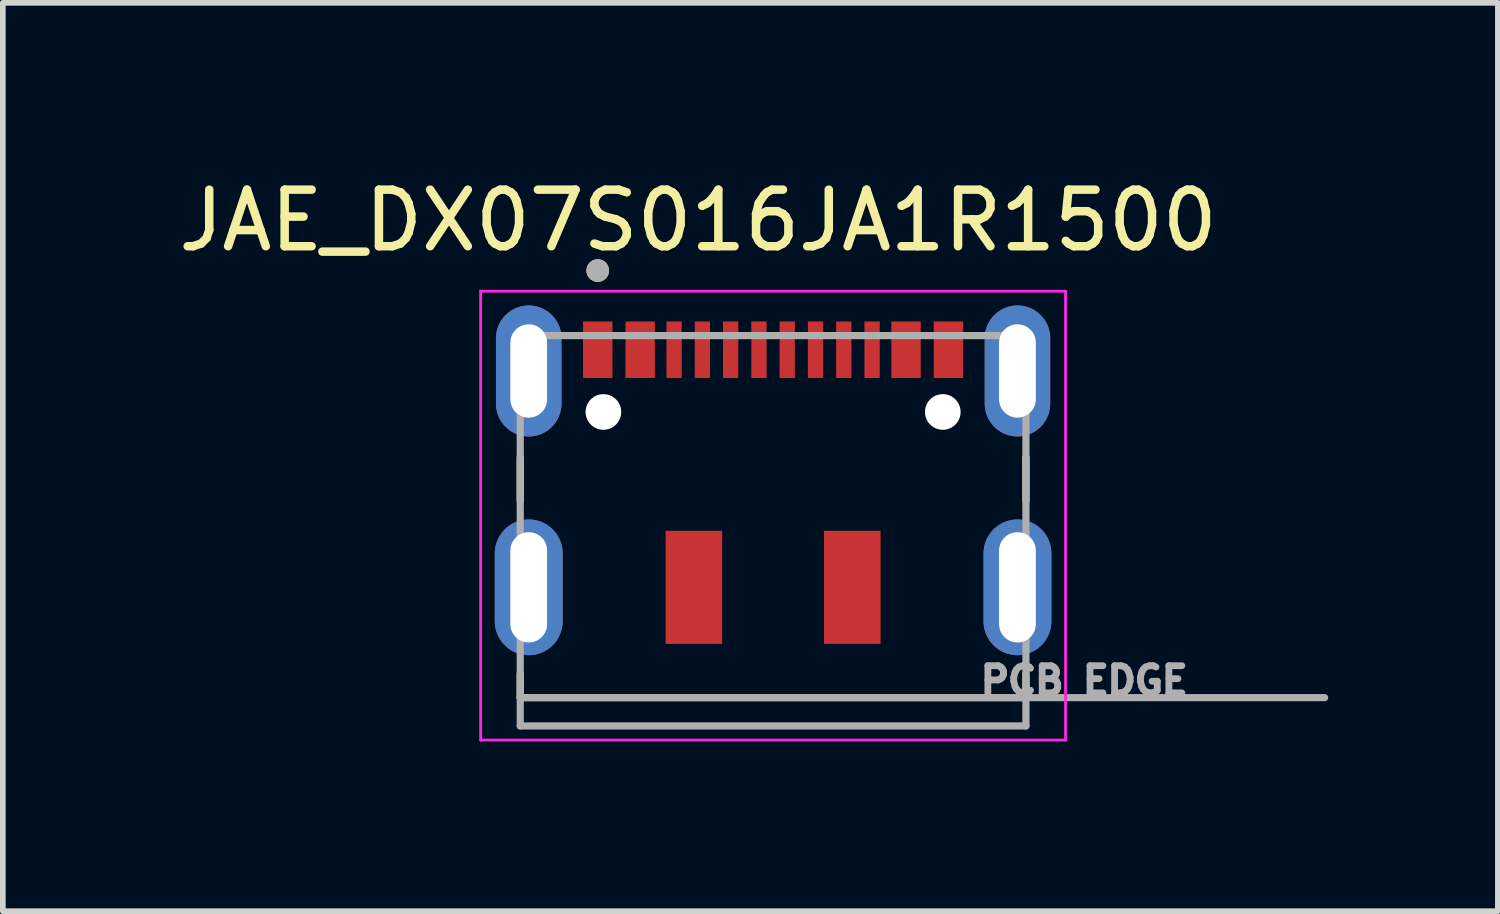
<source format=kicad_pcb>
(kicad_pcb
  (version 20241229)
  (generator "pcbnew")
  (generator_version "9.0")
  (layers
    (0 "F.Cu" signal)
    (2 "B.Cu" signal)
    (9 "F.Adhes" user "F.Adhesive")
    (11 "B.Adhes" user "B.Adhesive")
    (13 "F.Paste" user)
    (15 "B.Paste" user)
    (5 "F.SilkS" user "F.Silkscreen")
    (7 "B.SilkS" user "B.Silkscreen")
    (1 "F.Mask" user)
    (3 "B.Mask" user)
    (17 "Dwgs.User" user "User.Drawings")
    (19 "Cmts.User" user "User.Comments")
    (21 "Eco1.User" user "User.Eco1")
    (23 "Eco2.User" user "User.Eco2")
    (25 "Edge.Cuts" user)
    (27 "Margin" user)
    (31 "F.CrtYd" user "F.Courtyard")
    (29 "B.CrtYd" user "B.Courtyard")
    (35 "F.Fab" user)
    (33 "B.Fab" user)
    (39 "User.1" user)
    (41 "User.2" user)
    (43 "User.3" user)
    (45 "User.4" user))
  (footprint "JAE_DX07S016JA1R1500"
    (layer "F.Cu")
    (at 10.617 4.233)
    (property "Reference" "JAE_DX07S016JA1R1500" (at -1.325 -3.385 0) (layer "F.SilkS") (effects (font (size 1 1) (thickness 0.15))))
    (attr smd)
    (fp_line (start -4.47 0.805) (end -4.47 1.57) (stroke (width 0.127) (type solid)) (layer "F.SilkS"))
    (fp_line (start -4.47 5.05) (end -4.47 4.63) (stroke (width 0.127) (type solid)) (layer "F.SilkS"))
    (fp_line (start 4.47 0.805) (end 4.47 1.57) (stroke (width 0.127) (type solid)) (layer "F.SilkS"))
    (fp_line (start 4.47 4.63) (end 4.47 5.05) (stroke (width 0.127) (type solid)) (layer "F.SilkS"))
    (fp_line (start 4.47 5.05) (end -4.47 5.05) (stroke (width 0.127) (type solid)) (layer "F.SilkS"))
    (fp_circle (center -3.1 -2.5) (end -3 -2.5) (stroke (width 0.2) (type solid)) (fill no) (layer "F.SilkS"))
    (fp_line (start -5.17 -2.135) (end 5.17 -2.135) (stroke (width 0.05) (type solid)) (layer "F.CrtYd"))
    (fp_line (start -5.17 5.8) (end -5.17 -2.135) (stroke (width 0.05) (type solid)) (layer "F.CrtYd"))
    (fp_line (start 5.17 -2.135) (end 5.17 5.8) (stroke (width 0.05) (type solid)) (layer "F.CrtYd"))
    (fp_line (start 5.17 5.8) (end -5.17 5.8) (stroke (width 0.05) (type solid)) (layer "F.CrtYd"))
    (fp_line (start -4.47 -1.35) (end 4.47 -1.35) (stroke (width 0.127) (type solid)) (layer "F.Fab"))
    (fp_line (start -4.47 5.05) (end -4.47 -1.35) (stroke (width 0.127) (type solid)) (layer "F.Fab"))
    (fp_line (start -4.47 5.55) (end -4.47 5.05) (stroke (width 0.127) (type solid)) (layer "F.Fab"))
    (fp_line (start 4.47 -1.35) (end 4.47 5.05) (stroke (width 0.127) (type solid)) (layer "F.Fab"))
    (fp_line (start 4.47 5.05) (end -4.47 5.05) (stroke (width 0.127) (type solid)) (layer "F.Fab"))
    (fp_line (start 4.47 5.05) (end 4.47 5.55) (stroke (width 0.127) (type solid)) (layer "F.Fab"))
    (fp_line (start 4.47 5.05) (end 9.75 5.05) (stroke (width 0.127) (type solid)) (layer "F.Fab"))
    (fp_line (start 4.47 5.55) (end -4.47 5.55) (stroke (width 0.127) (type solid)) (layer "F.Fab"))
    (fp_circle (center -3.1 -2.5) (end -3 -2.5) (stroke (width 0.2) (type solid)) (fill no) (layer "F.Fab"))
    (fp_text user "PCB EDGE" (at 5.5 4.75 0) (layer "F.Fab") (effects (font (size 0.48 0.48) (thickness 0.12))))
    (pad "" np_thru_hole circle (at -3 0) (size 0.63 0.63) (drill 0.63) (layers "*.Cu" "*.Mask"))
    (pad "" np_thru_hole circle (at 3 0) (size 0.6 0.6) (drill 0.6) (layers "*.Cu" "*.Mask"))
    (pad "" np_thru_hole circle (at 3 0) (size 0.63 0.63) (drill 0.63) (layers "*.Cu" "*.Mask"))
    (pad "1" smd rect (at -3.1 -1.1) (size 0.52 1) (layers "F.Cu" "F.Mask" "F.Paste"))
    (pad "2" smd rect (at -2.35 -1.1) (size 0.52 1) (layers "F.Cu" "F.Mask" "F.Paste"))
    (pad "3" smd rect (at -1.75 -1.1) (size 0.27 1) (layers "F.Cu" "F.Mask" "F.Paste"))
    (pad "4" smd rect (at -1.25 -1.1) (size 0.27 1) (layers "F.Cu" "F.Mask" "F.Paste"))
    (pad "5" smd rect (at -0.75 -1.1) (size 0.27 1) (layers "F.Cu" "F.Mask" "F.Paste"))
    (pad "6" smd rect (at -0.25 -1.1) (size 0.27 1) (layers "F.Cu" "F.Mask" "F.Paste"))
    (pad "7" smd rect (at 0.25 -1.1) (size 0.27 1) (layers "F.Cu" "F.Mask" "F.Paste"))
    (pad "8" smd rect (at 0.75 -1.1) (size 0.27 1) (layers "F.Cu" "F.Mask" "F.Paste"))
    (pad "9" smd rect (at 1.25 -1.1) (size 0.27 1) (layers "F.Cu" "F.Mask" "F.Paste"))
    (pad "10" smd rect (at 1.75 -1.1) (size 0.27 1) (layers "F.Cu" "F.Mask" "F.Paste"))
    (pad "11" smd rect (at 2.35 -1.1) (size 0.52 1) (layers "F.Cu" "F.Mask" "F.Paste"))
    (pad "12" smd rect (at 3.1 -1.1) (size 0.52 1) (layers "F.Cu" "F.Mask" "F.Paste"))
    (pad "S1" smd rect (at -1.4 3.1) (size 1 2) (layers "F.Cu" "F.Mask" "F.Paste"))
    (pad "S2" smd rect (at 1.4 3.1) (size 1 2) (layers "F.Cu" "F.Mask" "F.Paste"))
    (pad "S3" thru_hole oval (at -4.32 -0.725) (size 1.158 2.316) (drill oval 0.65 1.65) (layers "*.Cu" "*.Mask"))
    (pad "S4" thru_hole oval (at 4.32 -0.725) (size 1.158 2.316) (drill oval 0.65 1.65) (layers "*.Cu" "*.Mask"))
    (pad "S5" thru_hole oval (at -4.32 3.1) (size 1.2 2.4) (drill oval 0.65 1.95) (layers "*.Cu" "*.Mask"))
    (pad "S6" thru_hole oval (at 4.32 3.1) (size 1.2 2.4) (drill oval 0.65 1.95) (layers "*.Cu" "*.Mask")))
  (gr_rect
    (start -3 -3)
    (end 23.43 13.058)
    (stroke (width 0.1) (type default))
    (fill no)
    (layer "Edge.Cuts")))
</source>
